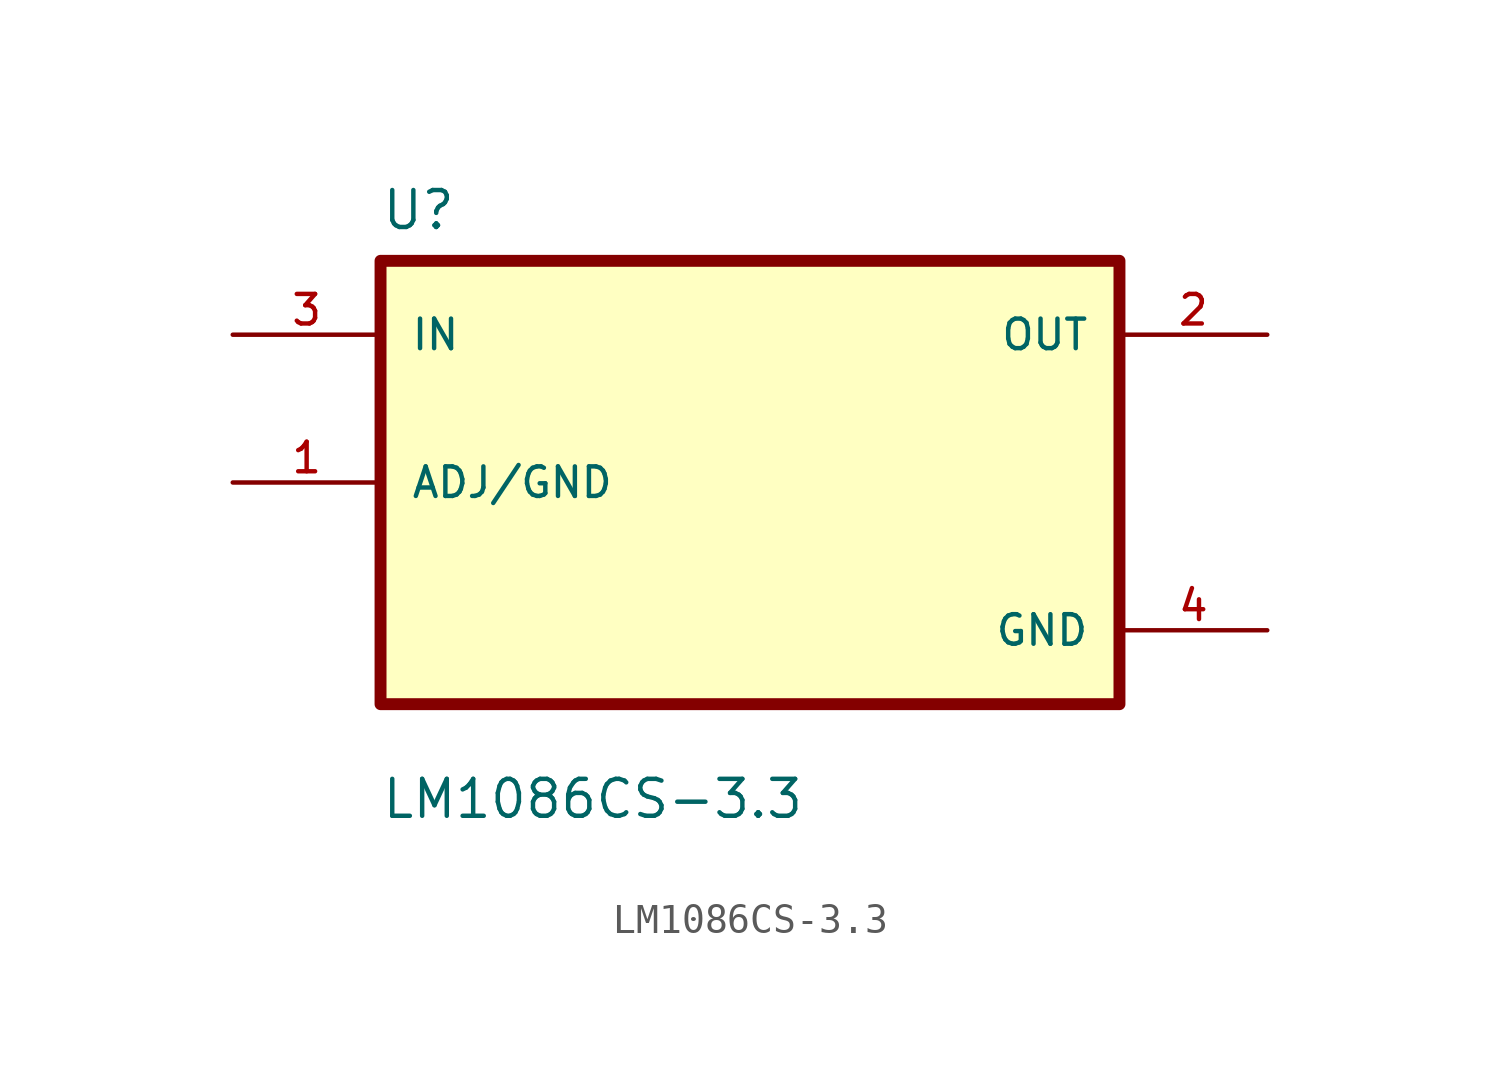
<source format=kicad_sym>
(kicad_symbol_lib
  (version 20241209)
  (generator "kicad_symbol_editor")
  (generator_version "9.0")
  (symbol "LM1086CS-3.3"
    (pin_names
      (offset 1.016))
    (property "Reference" "U"
      (at -12.7 8.62 0)
      (effects (font (size 1.27 1.27)) (justify left bottom)))
    (property "Value" "LM1086CS-3.3"
      (at -12.7 -11.62 0)
      (effects (font (size 1.27 1.27)) (justify left bottom)))
    (symbol "LM1086CS-3.3_0_0"
      (rectangle (start -12.7 -7.62) (end 12.7 7.62) (stroke (width 0.41) (type default)) (fill (type background)))
      (pin input line (at -17.78 5.08 0) (length 5.08) (name "IN" (effects (font (size 1.016 1.016)))) (number "3" (effects (font (size 1.016 1.016)))))
      (pin bidirectional line (at -17.78 0 0) (length 5.08) (name "ADJ/GND" (effects (font (size 1.016 1.016)))) (number "1" (effects (font (size 1.016 1.016)))))
      (pin output line (at 17.78 5.08 180) (length 5.08) (name "OUT" (effects (font (size 1.016 1.016)))) (number "2" (effects (font (size 1.016 1.016)))))
      (pin power_in line (at 17.78 -5.08 180) (length 5.08) (name "GND" (effects (font (size 1.016 1.016)))) (number "4" (effects (font (size 1.016 1.016))))))))
</source>
